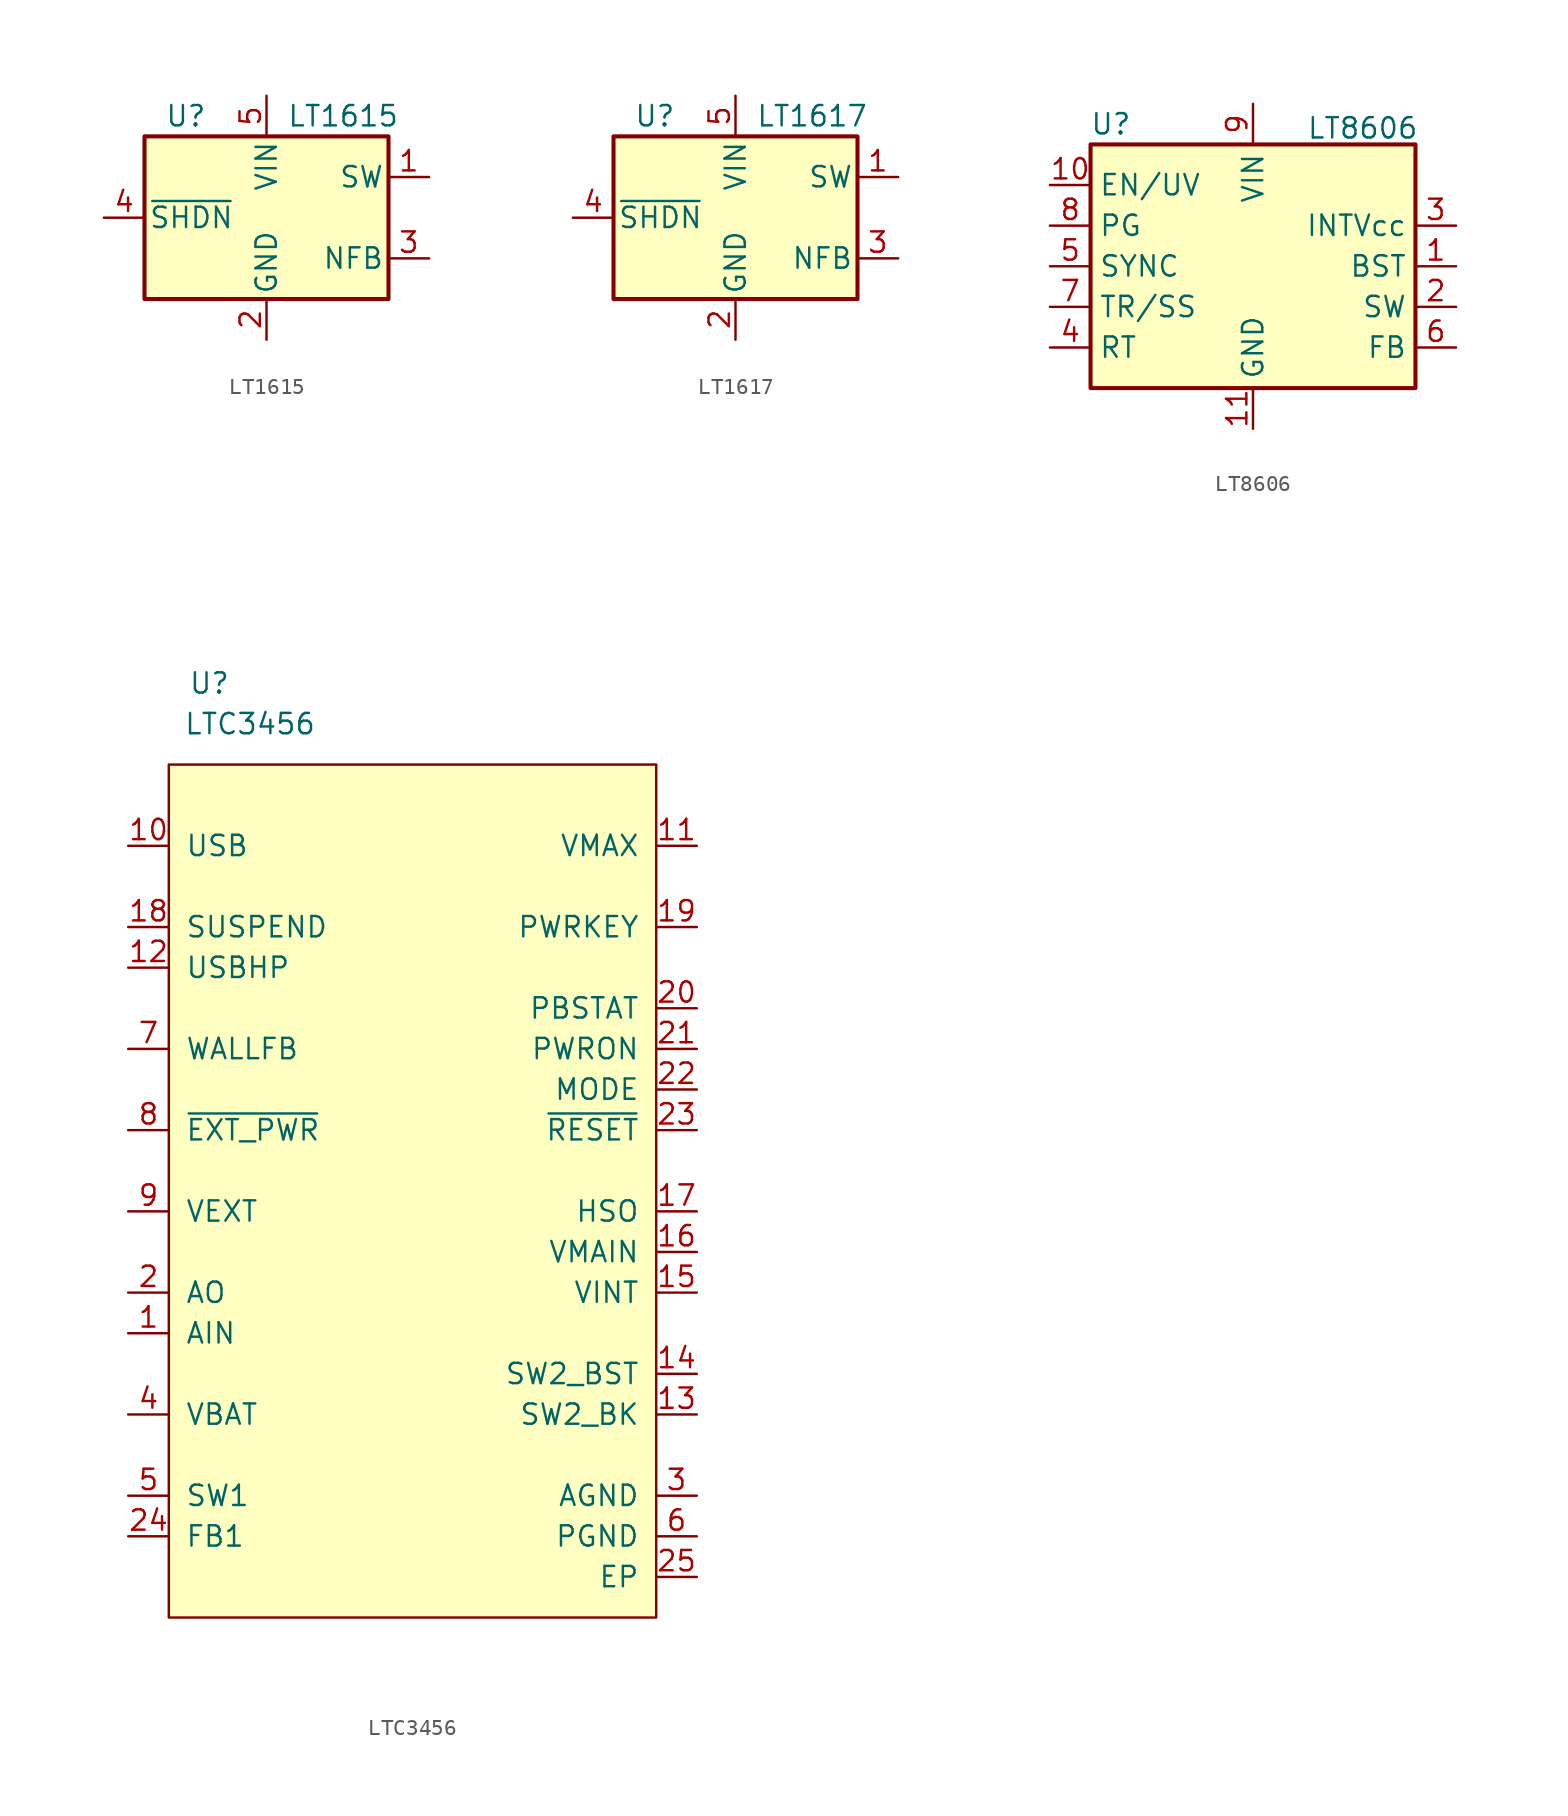
<source format=kicad_sym>
(kicad_symbol_lib
  (version 20211014)
  (generator kicad_symbol_editor)
  (symbol "LT1615"
    (pin_names
      (offset 0.254))
    (property "Reference" "U"
      (at -6.35 6.35 0)
      (effects (font (size 1.27 1.27)) (justify left)))
    (property "Value" "LT1615"
      (at 1.27 6.35 0)
      (effects (font (size 1.27 1.27)) (justify left)))
    (symbol "LT1615_0_1"
      (rectangle (start -7.62 5.08) (end 7.62 -5.08) (stroke (width 0.254) (type default) (color 0 0 0 0)) (fill (type background))))
    (symbol "LT1615_1_1"
      (pin output line (at 10.16 2.54 180) (length 2.54) (name "SW" (effects (font (size 1.27 1.27)))) (number "1" (effects (font (size 1.27 1.27)))))
      (pin power_in line (at 0 -7.62 90) (length 2.54) (name "GND" (effects (font (size 1.27 1.27)))) (number "2" (effects (font (size 1.27 1.27)))))
      (pin input line (at 10.16 -2.54 180) (length 2.54) (name "NFB" (effects (font (size 1.27 1.27)))) (number "3" (effects (font (size 1.27 1.27)))))
      (pin input line (at -10.16 0 0) (length 2.54) (name "~{SHDN}" (effects (font (size 1.27 1.27)))) (number "4" (effects (font (size 1.27 1.27)))))
      (pin power_in line (at 0 7.62 270) (length 2.54) (name "VIN" (effects (font (size 1.27 1.27)))) (number "5" (effects (font (size 1.27 1.27)))))))
  (symbol "LT1617"
    (pin_names
      (offset 0.254))
    (property "Reference" "U"
      (at -6.35 6.35 0)
      (effects (font (size 1.27 1.27)) (justify left)))
    (property "Value" "LT1617"
      (at 1.27 6.35 0)
      (effects (font (size 1.27 1.27)) (justify left)))
    (symbol "LT1617_0_1"
      (rectangle (start -7.62 5.08) (end 7.62 -5.08) (stroke (width 0.254) (type default) (color 0 0 0 0)) (fill (type background))))
    (symbol "LT1617_1_1"
      (pin output line (at 10.16 2.54 180) (length 2.54) (name "SW" (effects (font (size 1.27 1.27)))) (number "1" (effects (font (size 1.27 1.27)))))
      (pin power_in line (at 0 -7.62 90) (length 2.54) (name "GND" (effects (font (size 1.27 1.27)))) (number "2" (effects (font (size 1.27 1.27)))))
      (pin input line (at 10.16 -2.54 180) (length 2.54) (name "NFB" (effects (font (size 1.27 1.27)))) (number "3" (effects (font (size 1.27 1.27)))))
      (pin input line (at -10.16 0 0) (length 2.54) (name "~{SHDN}" (effects (font (size 1.27 1.27)))) (number "4" (effects (font (size 1.27 1.27)))))
      (pin power_in line (at 0 7.62 270) (length 2.54) (name "VIN" (effects (font (size 1.27 1.27)))) (number "5" (effects (font (size 1.27 1.27)))))))
  (symbol "LT8606"
    (property "Reference" "U"
      (at -8.89 8.89 0)
      (effects (font (size 1.27 1.27))))
    (property "Value" "LT8606"
      (at 6.858 8.636 0)
      (effects (font (size 1.27 1.27))))
    (symbol "LT8606_0_1"
      (rectangle (start -10.16 7.62) (end 10.16 -7.62) (stroke (width 0.254) (type default) (color 0 0 0 0)) (fill (type background))))
    (symbol "LT8606_1_1"
      (pin input line (at 12.7 0 180) (length 2.54) (name "BST" (effects (font (size 1.27 1.27)))) (number "1" (effects (font (size 1.27 1.27)))))
      (pin input line (at -12.7 5.08 0) (length 2.54) (name "EN/UV" (effects (font (size 1.27 1.27)))) (number "10" (effects (font (size 1.27 1.27)))))
      (pin power_out line (at 0 -10.16 90) (length 2.54) (name "GND" (effects (font (size 1.27 1.27)))) (number "11" (effects (font (size 1.27 1.27)))))
      (pin output line (at 12.7 -2.54 180) (length 2.54) (name "SW" (effects (font (size 1.27 1.27)))) (number "2" (effects (font (size 1.27 1.27)))))
      (pin passive line (at 12.7 2.54 180) (length 2.54) (name "INTVcc" (effects (font (size 1.27 1.27)))) (number "3" (effects (font (size 1.27 1.27)))))
      (pin passive line (at -12.7 -5.08 0) (length 2.54) (name "RT" (effects (font (size 1.27 1.27)))) (number "4" (effects (font (size 1.27 1.27)))))
      (pin input line (at -12.7 0 0) (length 2.54) (name "SYNC" (effects (font (size 1.27 1.27)))) (number "5" (effects (font (size 1.27 1.27)))))
      (pin input line (at 12.7 -5.08 180) (length 2.54) (name "FB" (effects (font (size 1.27 1.27)))) (number "6" (effects (font (size 1.27 1.27)))))
      (pin input line (at -12.7 -2.54 0) (length 2.54) (name "TR/SS" (effects (font (size 1.27 1.27)))) (number "7" (effects (font (size 1.27 1.27)))))
      (pin open_collector line (at -12.7 2.54 0) (length 2.54) (name "PG" (effects (font (size 1.27 1.27)))) (number "8" (effects (font (size 1.27 1.27)))))
      (pin power_in line (at 0 10.16 270) (length 2.54) (name "VIN" (effects (font (size 1.27 1.27)))) (number "9" (effects (font (size 1.27 1.27)))))))
  (symbol "LTC3456"
    (pin_names
      (offset 1.016))
    (property "Reference" "U"
      (at -12.7 27.94 0)
      (effects (font (size 1.27 1.27))))
    (property "Value" "LTC3456"
      (at -10.16 25.4 0)
      (effects (font (size 1.27 1.27))))
    (symbol "LTC3456_0_1"
      (rectangle (start -15.24 22.86) (end 15.24 -30.48) (stroke (width 0) (type default) (color 0 0 0 0)) (fill (type background))))
    (symbol "LTC3456_1_1"
      (pin input line (at -17.78 -12.7 0) (length 2.54) (name "AIN" (effects (font (size 1.27 1.27)))) (number "1" (effects (font (size 1.27 1.27)))))
      (pin power_in line (at -17.78 17.78 0) (length 2.54) (name "USB" (effects (font (size 1.27 1.27)))) (number "10" (effects (font (size 1.27 1.27)))))
      (pin output line (at 17.78 17.78 180) (length 2.54) (name "VMAX" (effects (font (size 1.27 1.27)))) (number "11" (effects (font (size 1.27 1.27)))))
      (pin input line (at -17.78 10.16 0) (length 2.54) (name "USBHP" (effects (font (size 1.27 1.27)))) (number "12" (effects (font (size 1.27 1.27)))))
      (pin power_in line (at 17.78 -17.78 180) (length 2.54) (name "SW2_BK" (effects (font (size 1.27 1.27)))) (number "13" (effects (font (size 1.27 1.27)))))
      (pin power_in line (at 17.78 -15.24 180) (length 2.54) (name "SW2_BST" (effects (font (size 1.27 1.27)))) (number "14" (effects (font (size 1.27 1.27)))))
      (pin power_out line (at 17.78 -10.16 180) (length 2.54) (name "VINT" (effects (font (size 1.27 1.27)))) (number "15" (effects (font (size 1.27 1.27)))))
      (pin power_out line (at 17.78 -7.62 180) (length 2.54) (name "VMAIN" (effects (font (size 1.27 1.27)))) (number "16" (effects (font (size 1.27 1.27)))))
      (pin power_out line (at 17.78 -5.08 180) (length 2.54) (name "HSO" (effects (font (size 1.27 1.27)))) (number "17" (effects (font (size 1.27 1.27)))))
      (pin input line (at -17.78 12.7 0) (length 2.54) (name "SUSPEND" (effects (font (size 1.27 1.27)))) (number "18" (effects (font (size 1.27 1.27)))))
      (pin input line (at 17.78 12.7 180) (length 2.54) (name "PWRKEY" (effects (font (size 1.27 1.27)))) (number "19" (effects (font (size 1.27 1.27)))))
      (pin output line (at -17.78 -10.16 0) (length 2.54) (name "AO" (effects (font (size 1.27 1.27)))) (number "2" (effects (font (size 1.27 1.27)))))
      (pin output line (at 17.78 7.62 180) (length 2.54) (name "PBSTAT" (effects (font (size 1.27 1.27)))) (number "20" (effects (font (size 1.27 1.27)))))
      (pin input line (at 17.78 5.08 180) (length 2.54) (name "PWRON" (effects (font (size 1.27 1.27)))) (number "21" (effects (font (size 1.27 1.27)))))
      (pin input line (at 17.78 2.54 180) (length 2.54) (name "MODE" (effects (font (size 1.27 1.27)))) (number "22" (effects (font (size 1.27 1.27)))))
      (pin input line (at 17.78 0 180) (length 2.54) (name "~{RESET}" (effects (font (size 1.27 1.27)))) (number "23" (effects (font (size 1.27 1.27)))))
      (pin input line (at -17.78 -25.4 0) (length 2.54) (name "FB1" (effects (font (size 1.27 1.27)))) (number "24" (effects (font (size 1.27 1.27)))))
      (pin power_in line (at 17.78 -27.94 180) (length 2.54) (name "EP" (effects (font (size 1.27 1.27)))) (number "25" (effects (font (size 1.27 1.27)))))
      (pin power_in line (at 17.78 -22.86 180) (length 2.54) (name "AGND" (effects (font (size 1.27 1.27)))) (number "3" (effects (font (size 1.27 1.27)))))
      (pin power_in line (at -17.78 -17.78 0) (length 2.54) (name "VBAT" (effects (font (size 1.27 1.27)))) (number "4" (effects (font (size 1.27 1.27)))))
      (pin power_out line (at -17.78 -22.86 0) (length 2.54) (name "SW1" (effects (font (size 1.27 1.27)))) (number "5" (effects (font (size 1.27 1.27)))))
      (pin power_in line (at 17.78 -25.4 180) (length 2.54) (name "PGND" (effects (font (size 1.27 1.27)))) (number "6" (effects (font (size 1.27 1.27)))))
      (pin input line (at -17.78 5.08 0) (length 2.54) (name "WALLFB" (effects (font (size 1.27 1.27)))) (number "7" (effects (font (size 1.27 1.27)))))
      (pin input line (at -17.78 0 0) (length 2.54) (name "~{EXT_PWR}" (effects (font (size 1.27 1.27)))) (number "8" (effects (font (size 1.27 1.27)))))
      (pin power_in line (at -17.78 -5.08 0) (length 2.54) (name "VEXT" (effects (font (size 1.27 1.27)))) (number "9" (effects (font (size 1.27 1.27))))))))
</source>
